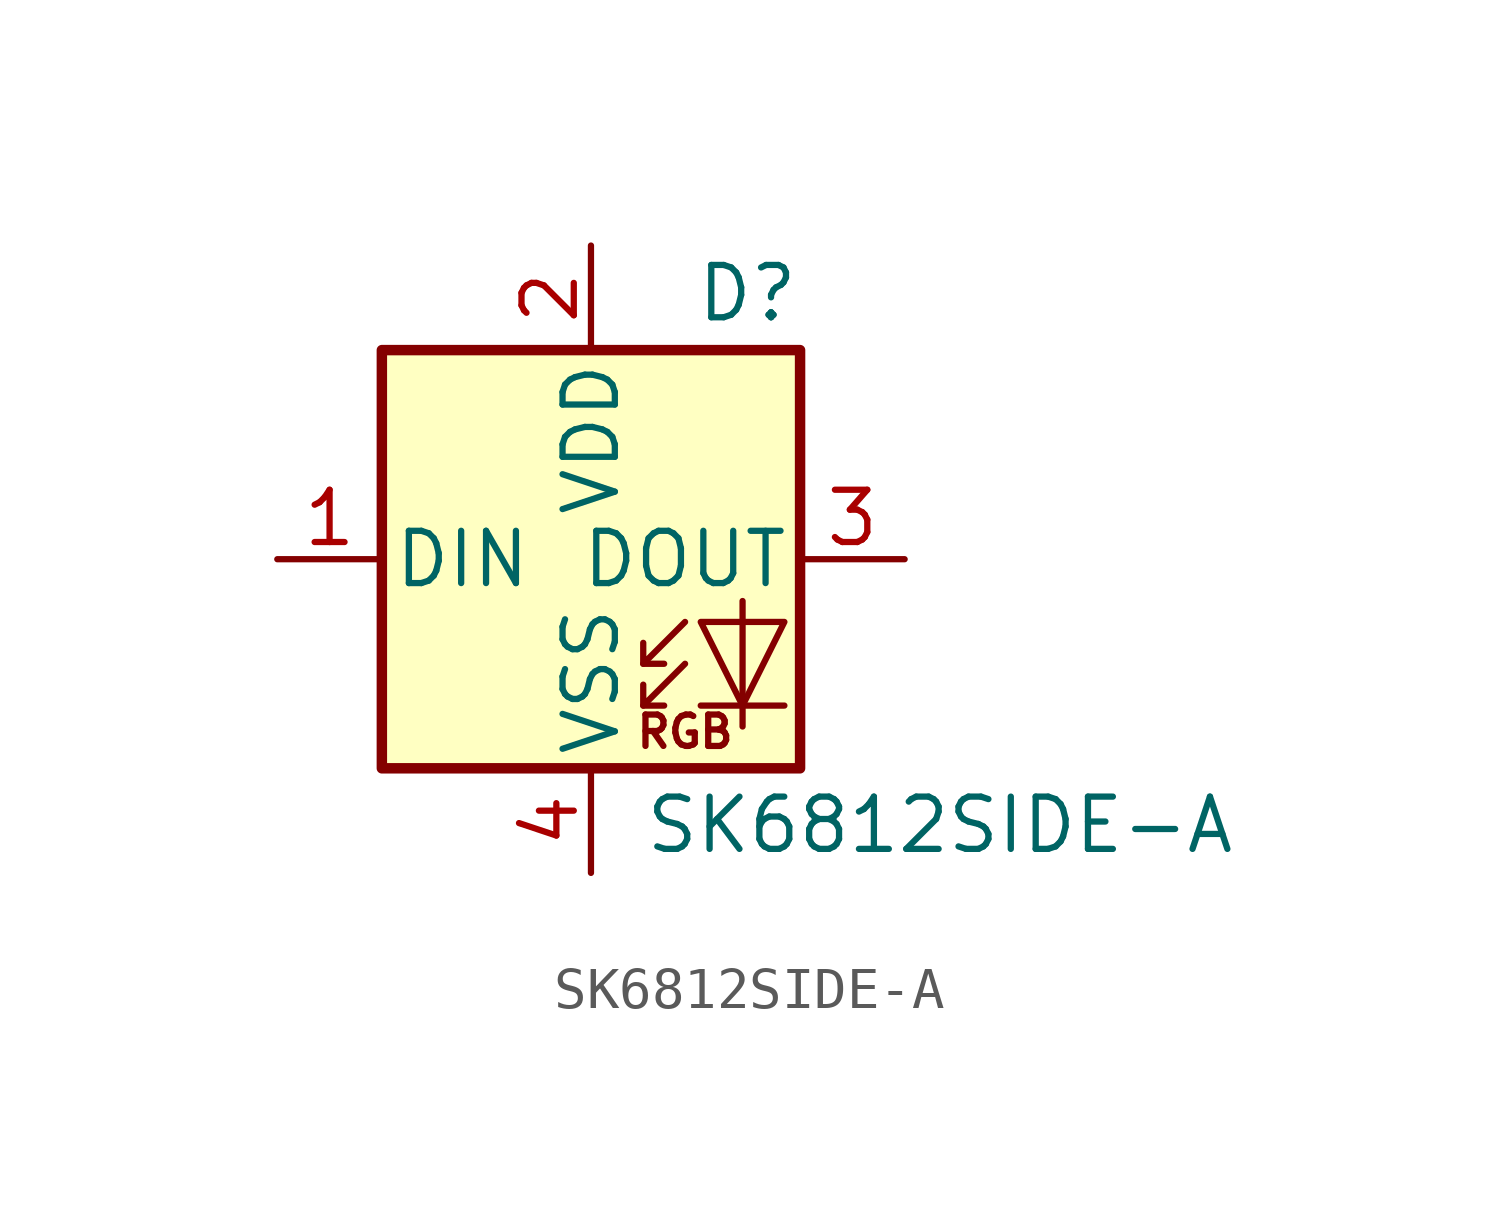
<source format=kicad_sym>
(kicad_symbol_lib
  (version 20230620)
  (generator kicad_symbol_editor)
  (symbol "SK6812SIDE-A"
    (pin_names
      (offset 0.254))
    (property "Reference" "D"
      (at 5.08 5.715 0)
      (effects (font (size 1.27 1.27)) (justify right bottom)))
    (property "Value" "SK6812SIDE-A"
      (at 1.27 -5.715 0)
      (effects (font (size 1.27 1.27)) (justify left top)))
    (symbol "SK6812SIDE-A_0_0"
      (text "RGB" (at 2.286 -4.191 0) (effects (font (size 0.762 0.762)))))
    (symbol "SK6812SIDE-A_0_1"
      (polyline (pts (xy 1.27 -3.556) (xy 1.778 -3.556)) (stroke (width 0) (type default)) (fill (type none)))
      (polyline (pts (xy 1.27 -2.54) (xy 1.778 -2.54)) (stroke (width 0) (type default)) (fill (type none)))
      (polyline (pts (xy 4.699 -3.556) (xy 2.667 -3.556)) (stroke (width 0) (type default)) (fill (type none)))
      (polyline (pts (xy 2.286 -2.54) (xy 1.27 -3.556) (xy 1.27 -3.048)) (stroke (width 0) (type default)) (fill (type none)))
      (polyline (pts (xy 2.286 -1.524) (xy 1.27 -2.54) (xy 1.27 -2.032)) (stroke (width 0) (type default)) (fill (type none)))
      (polyline (pts (xy 3.683 -1.016) (xy 3.683 -3.556) (xy 3.683 -4.064)) (stroke (width 0) (type default)) (fill (type none)))
      (polyline (pts (xy 4.699 -1.524) (xy 2.667 -1.524) (xy 3.683 -3.556) (xy 4.699 -1.524)) (stroke (width 0) (type default)) (fill (type none)))
      (rectangle (start 5.08 5.08) (end -5.08 -5.08) (stroke (width 0.254) (type default)) (fill (type background))))
    (symbol "SK6812SIDE-A_1_1"
      (pin input line (at -7.62 0 0) (length 2.54) (name "DIN" (effects (font (size 1.27 1.27)))) (number "1" (effects (font (size 1.27 1.27)))))
      (pin power_in line (at 0 7.62 270) (length 2.54) (name "VDD" (effects (font (size 1.27 1.27)))) (number "2" (effects (font (size 1.27 1.27)))))
      (pin output line (at 7.62 0 180) (length 2.54) (name "DOUT" (effects (font (size 1.27 1.27)))) (number "3" (effects (font (size 1.27 1.27)))))
      (pin power_in line (at 0 -7.62 90) (length 2.54) (name "VSS" (effects (font (size 1.27 1.27)))) (number "4" (effects (font (size 1.27 1.27))))))))
</source>
